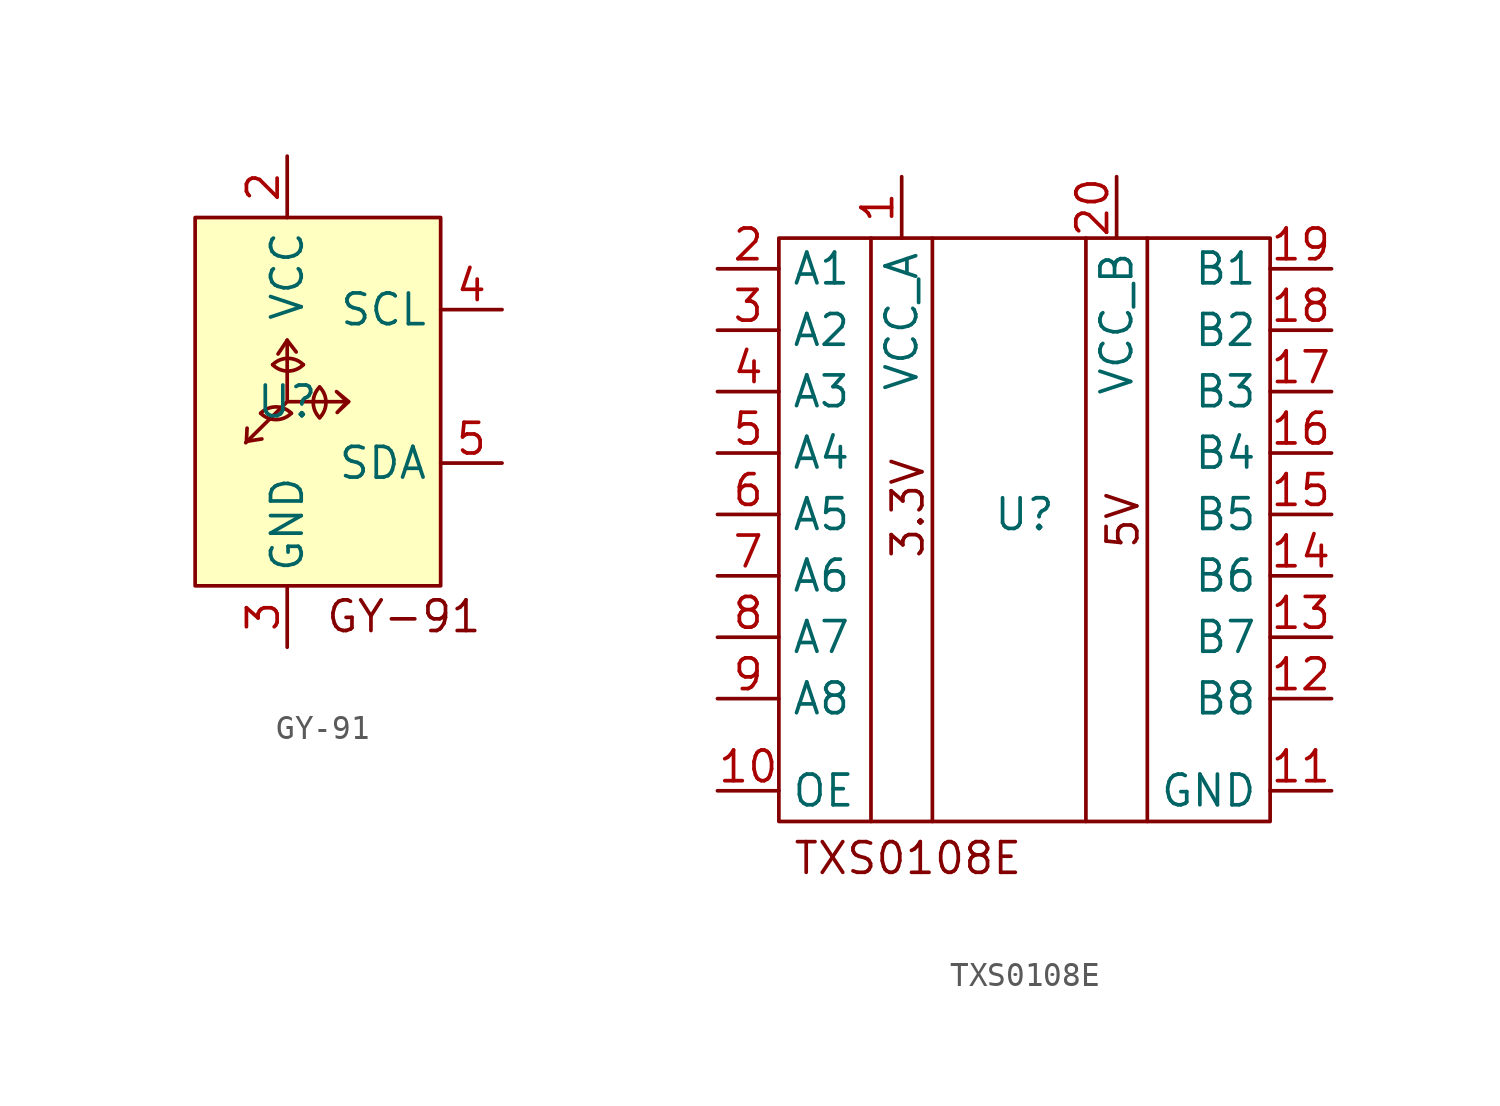
<source format=kicad_sym>
(kicad_symbol_lib
  (version 20231120)
  (generator "kicad_symbol_editor")
  (generator_version "8.0")
  (symbol "GY-91"
    (property "Reference" "U"
      (at 0 0 0)
      (effects (font (size 1.27 1.27))))
    (property "Value" ""
      (at 0 0 0)
      (effects (font (size 1.27 1.27))))
    (symbol "GY-91_0_1"
      (arc (start -1.0985 -0.4786) (mid -0.4635 -0.7416) (end 0.1715 -0.4786) (stroke (width 0) (type default)) (fill (type none)))
      (arc (start -0.6027 1.5298) (mid 0.0323 1.2668) (end 0.6673 1.5298) (stroke (width 0) (type default)) (fill (type none)))
      (polyline (pts (xy 0 2.54) (xy 0.371 2.058)) (stroke (width 0) (type default)) (fill (type none)))
      (polyline (pts (xy 0 2.54) (xy -0.38 1.975) (xy 0 2.54)) (stroke (width 0) (type default)) (fill (type none)))
      (polyline (pts (xy -1.688 -1.642) (xy -1.661 -1.096) (xy -1.688 -1.642) (xy -1.048 -1.542)) (stroke (width 0) (type default)) (fill (type none)))
      (polyline (pts (xy 2.54 0) (xy 2.041 0.417) (xy 2.486 -0.001) (xy 2.069 -0.446) (xy 2.54 0)) (stroke (width 0) (type default)) (fill (type none)))
      (polyline (pts (xy 0 0) (xy 2.54 0) (xy 0 0) (xy -1.716 -1.698) (xy 0 0) (xy 0 2.54)) (stroke (width 0) (type default)) (fill (type none)))
      (arc (start 0.1715 -0.4786) (mid -0.4635 -0.2156) (end -1.0985 -0.4786) (stroke (width 0) (type default)) (fill (type none)))
      (arc (start 0.6673 1.5298) (mid 0.0323 1.7928) (end -0.6027 1.5298) (stroke (width 0) (type default)) (fill (type none)))
      (arc (start 1.3401 -0.6634) (mid 1.6031 -0.0284) (end 1.3401 0.6066) (stroke (width 0) (type default)) (fill (type none)))
      (arc (start 1.3401 0.6066) (mid 1.0771 -0.0284) (end 1.3401 -0.6634) (stroke (width 0) (type default)) (fill (type none))))
    (symbol "GY-91_1_1"
      (rectangle (start -3.81 7.62) (end 6.35 -7.62) (stroke (width 0) (type default)) (fill (type background)))
      (text "GY-91" (at 4.826 -8.89 0) (effects (font (size 1.27 1.27))))
      (pin no_connect non_logic (at -6.35 6.35 0) (length 2.54) hide (name "V_IN" (effects (font (size 1.27 1.27)))) (number "1" (effects (font (size 1.27 1.27)))))
      (pin power_in line (at 0 10.16 270) (length 2.54) (name "VCC" (effects (font (size 1.27 1.27)))) (number "2" (effects (font (size 1.27 1.27)))))
      (pin power_in line (at 0 -10.16 90) (length 2.54) (name "GND" (effects (font (size 1.27 1.27)))) (number "3" (effects (font (size 1.27 1.27)))))
      (pin input line (at 8.89 3.81 180) (length 2.54) (name "SCL" (effects (font (size 1.27 1.27)))) (number "4" (effects (font (size 1.27 1.27)))))
      (pin input line (at 8.89 -2.54 180) (length 2.54) (name "SDA" (effects (font (size 1.27 1.27)))) (number "5" (effects (font (size 1.27 1.27)))))
      (pin no_connect non_logic (at -6.35 3.81 0) (length 2.54) hide (name "Address" (effects (font (size 1.27 1.27)))) (number "6" (effects (font (size 1.27 1.27)))))
      (pin no_connect non_logic (at -6.35 1.27 0) (length 2.54) hide (name "NCS" (effects (font (size 1.27 1.27)))) (number "7" (effects (font (size 1.27 1.27)))))
      (pin no_connect non_logic (at -6.35 -1.27 0) (length 2.54) hide (name "CSB" (effects (font (size 1.27 1.27)))) (number "8" (effects (font (size 1.27 1.27)))))))
  (symbol "TXS0108E"
    (property "Reference" "U"
      (at 0 0 0)
      (effects (font (size 1.27 1.27))))
    (property "Value" ""
      (at -5.08 6.35 0)
      (effects (font (size 1.27 1.27))))
    (symbol "TXS0108E_0_1"
      (rectangle (start -10.16 11.43) (end 10.16 -12.7) (stroke (width 0) (type default)) (fill (type none))))
    (symbol "TXS0108E_1_1"
      (polyline (pts (xy -6.35 11.43) (xy -6.35 -12.7)) (stroke (width 0) (type default)) (fill (type none)))
      (polyline (pts (xy -3.81 11.43) (xy -3.81 -12.7)) (stroke (width 0) (type default)) (fill (type none)))
      (polyline (pts (xy 2.54 -12.7) (xy 2.54 11.43)) (stroke (width 0) (type default)) (fill (type none)))
      (polyline (pts (xy 5.08 -12.7) (xy 5.08 11.43)) (stroke (width 0) (type default)) (fill (type none)))
      (text "3.3V" (at -4.826 0.254 900) (effects (font (size 1.27 1.27))))
      (text "5V" (at 4.064 -0.254 900) (effects (font (size 1.27 1.27))))
      (text "TXS0108E" (at -4.826 -14.224 0) (effects (font (size 1.27 1.27))))
      (pin power_in line (at -5.08 13.97 270) (length 2.54) (name "VCC_A" (effects (font (size 1.27 1.27)))) (number "1" (effects (font (size 1.27 1.27)))))
      (pin input line (at -12.7 -11.43 0) (length 2.54) (name "OE" (effects (font (size 1.27 1.27)))) (number "10" (effects (font (size 1.27 1.27)))))
      (pin power_in line (at 12.7 -11.43 180) (length 2.54) (name "GND" (effects (font (size 1.27 1.27)))) (number "11" (effects (font (size 1.27 1.27)))))
      (pin bidirectional line (at 12.7 -7.62 180) (length 2.54) (name "B8" (effects (font (size 1.27 1.27)))) (number "12" (effects (font (size 1.27 1.27)))))
      (pin bidirectional line (at 12.7 -5.08 180) (length 2.54) (name "B7" (effects (font (size 1.27 1.27)))) (number "13" (effects (font (size 1.27 1.27)))))
      (pin bidirectional line (at 12.7 -2.54 180) (length 2.54) (name "B6" (effects (font (size 1.27 1.27)))) (number "14" (effects (font (size 1.27 1.27)))))
      (pin bidirectional line (at 12.7 0 180) (length 2.54) (name "B5" (effects (font (size 1.27 1.27)))) (number "15" (effects (font (size 1.27 1.27)))))
      (pin bidirectional line (at 12.7 2.54 180) (length 2.54) (name "B4" (effects (font (size 1.27 1.27)))) (number "16" (effects (font (size 1.27 1.27)))))
      (pin bidirectional line (at 12.7 5.08 180) (length 2.54) (name "B3" (effects (font (size 1.27 1.27)))) (number "17" (effects (font (size 1.27 1.27)))))
      (pin bidirectional line (at 12.7 7.62 180) (length 2.54) (name "B2" (effects (font (size 1.27 1.27)))) (number "18" (effects (font (size 1.27 1.27)))))
      (pin bidirectional line (at 12.7 10.16 180) (length 2.54) (name "B1" (effects (font (size 1.27 1.27)))) (number "19" (effects (font (size 1.27 1.27)))))
      (pin bidirectional line (at -12.7 10.16 0) (length 2.54) (name "A1" (effects (font (size 1.27 1.27)))) (number "2" (effects (font (size 1.27 1.27)))))
      (pin power_in line (at 3.81 13.97 270) (length 2.54) (name "VCC_B" (effects (font (size 1.27 1.27)))) (number "20" (effects (font (size 1.27 1.27)))))
      (pin bidirectional line (at -12.7 7.62 0) (length 2.54) (name "A2" (effects (font (size 1.27 1.27)))) (number "3" (effects (font (size 1.27 1.27)))))
      (pin bidirectional line (at -12.7 5.08 0) (length 2.54) (name "A3" (effects (font (size 1.27 1.27)))) (number "4" (effects (font (size 1.27 1.27)))))
      (pin bidirectional line (at -12.7 2.54 0) (length 2.54) (name "A4" (effects (font (size 1.27 1.27)))) (number "5" (effects (font (size 1.27 1.27)))))
      (pin bidirectional line (at -12.7 0 0) (length 2.54) (name "A5" (effects (font (size 1.27 1.27)))) (number "6" (effects (font (size 1.27 1.27)))))
      (pin bidirectional line (at -12.7 -2.54 0) (length 2.54) (name "A6" (effects (font (size 1.27 1.27)))) (number "7" (effects (font (size 1.27 1.27)))))
      (pin bidirectional line (at -12.7 -5.08 0) (length 2.54) (name "A7" (effects (font (size 1.27 1.27)))) (number "8" (effects (font (size 1.27 1.27)))))
      (pin bidirectional line (at -12.7 -7.62 0) (length 2.54) (name "A8" (effects (font (size 1.27 1.27)))) (number "9" (effects (font (size 1.27 1.27))))))))
</source>
